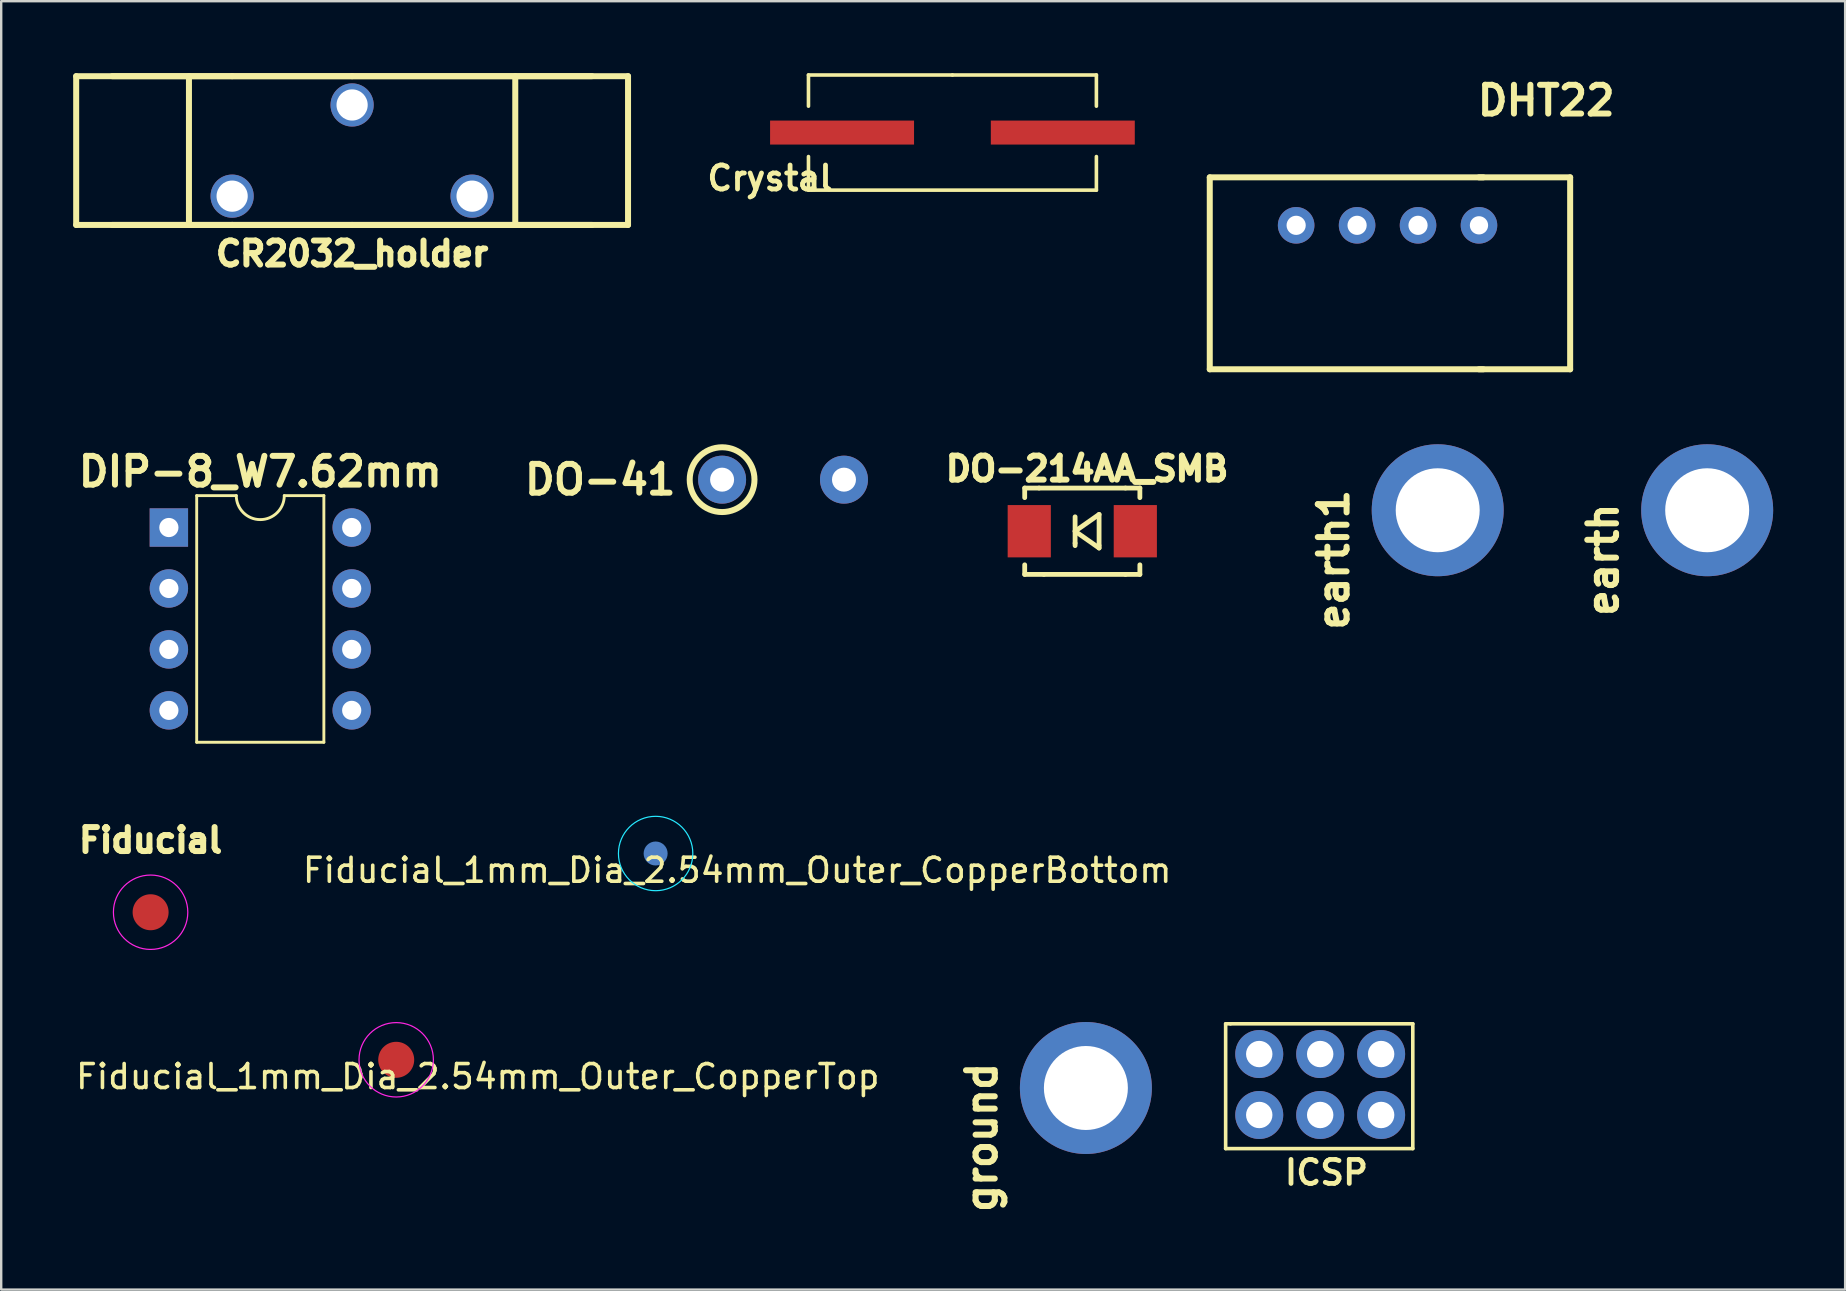
<source format=kicad_pcb>
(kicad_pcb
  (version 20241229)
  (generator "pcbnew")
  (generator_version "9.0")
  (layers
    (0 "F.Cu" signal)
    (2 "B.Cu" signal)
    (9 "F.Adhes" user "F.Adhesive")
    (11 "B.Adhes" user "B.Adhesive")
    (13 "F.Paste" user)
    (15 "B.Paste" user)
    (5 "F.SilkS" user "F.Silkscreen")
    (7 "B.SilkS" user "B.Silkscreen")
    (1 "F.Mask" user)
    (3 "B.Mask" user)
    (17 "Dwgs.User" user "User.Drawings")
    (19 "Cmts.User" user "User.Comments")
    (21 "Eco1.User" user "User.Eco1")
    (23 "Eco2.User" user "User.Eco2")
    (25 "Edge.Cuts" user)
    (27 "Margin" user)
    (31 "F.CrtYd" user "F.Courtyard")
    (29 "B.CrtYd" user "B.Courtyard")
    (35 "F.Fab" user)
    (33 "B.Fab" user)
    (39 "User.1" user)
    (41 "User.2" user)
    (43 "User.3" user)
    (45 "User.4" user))
  (footprint "DIP-8_W7.62mm"
    (layer "F.Cu")
    (at 3.988 18.936)
    (property "Reference" "DIP-8_W7.62mm" (at 3.81 -2.33 0) (layer "F.SilkS") (effects (font (size 1.2 1.2) (thickness 0.25))))
    (attr through_hole)
    (fp_line (start 1.16 -1.33) (end 1.16 8.95) (stroke (width 0.12) (type solid)) (layer "F.SilkS"))
    (fp_line (start 1.16 8.95) (end 6.46 8.95) (stroke (width 0.12) (type solid)) (layer "F.SilkS"))
    (fp_line (start 2.81 -1.33) (end 1.16 -1.33) (stroke (width 0.12) (type solid)) (layer "F.SilkS"))
    (fp_line (start 6.46 -1.33) (end 4.81 -1.33) (stroke (width 0.12) (type solid)) (layer "F.SilkS"))
    (fp_line (start 6.46 8.95) (end 6.46 -1.33) (stroke (width 0.12) (type solid)) (layer "F.SilkS"))
    (fp_arc (start 4.81 -1.33) (mid 3.81 -0.33) (end 2.81 -1.33) (stroke (width 0.12) (type solid)) (layer "F.SilkS"))
    (pad "1" thru_hole rect (at 0 0) (size 1.6 1.6) (drill 0.8) (layers "*.Cu" "*.Mask"))
    (pad "2" thru_hole oval (at 0 2.54) (size 1.6 1.6) (drill 0.8) (layers "*.Cu" "*.Mask"))
    (pad "3" thru_hole oval (at 0 5.08) (size 1.6 1.6) (drill 0.8) (layers "*.Cu" "*.Mask"))
    (pad "4" thru_hole oval (at 0 7.62) (size 1.6 1.6) (drill 0.8) (layers "*.Cu" "*.Mask"))
    (pad "5" thru_hole oval (at 7.62 7.62) (size 1.6 1.6) (drill 0.8) (layers "*.Cu" "*.Mask"))
    (pad "6" thru_hole oval (at 7.62 5.08) (size 1.6 1.6) (drill 0.8) (layers "*.Cu" "*.Mask"))
    (pad "7" thru_hole oval (at 7.62 2.54) (size 1.6 1.6) (drill 0.8) (layers "*.Cu" "*.Mask"))
    (pad "8" thru_hole oval (at 7.62 0) (size 1.6 1.6) (drill 0.8) (layers "*.Cu" "*.Mask")))
  (footprint "earth"
    (layer "F.Cu")
    (at 68.101 18.216)
    (property "Reference" "earth" (at -4.34 2.06 90) (layer "F.SilkS") (effects (font (size 1.2 1.2) (thickness 0.25))))
    (attr through_hole)
    (pad "1" thru_hole circle (at 0 0) (size 5.5 5.5) (drill 3.5) (layers "*.Cu" "*.Mask")))
  (footprint "DO-214AA_SMB"
    (layer "F.Cu")
    (at 42.057 19.09)
    (property "Reference" "DO-214AA_SMB" (at 0.2 -2.6 0) (layer "F.SilkS") (effects (font (size 1 1) (thickness 0.25))))
    (attr through_hole)
    (fp_line (start -2.4 -1.8) (end -2.4 -1.4) (stroke (width 0.2) (type solid)) (layer "F.SilkS"))
    (fp_line (start -2.4 1.8) (end -2.4 1.4) (stroke (width 0.2) (type solid)) (layer "F.SilkS"))
    (fp_line (start -1.8 -1.8) (end -2.4 -1.8) (stroke (width 0.2) (type solid)) (layer "F.SilkS"))
    (fp_line (start -1.8 -1.8) (end 1.8 -1.8) (stroke (width 0.2) (type solid)) (layer "F.SilkS"))
    (fp_line (start -1.6 1.8) (end -2.4 1.8) (stroke (width 0.2) (type solid)) (layer "F.SilkS"))
    (fp_line (start -1.6 1.8) (end 1.8 1.8) (stroke (width 0.2) (type solid)) (layer "F.SilkS"))
    (fp_line (start -0.3 -0.6) (end -0.3 0.5) (stroke (width 0.2) (type solid)) (layer "F.SilkS"))
    (fp_line (start -0.3 0) (end 0.7 -0.7) (stroke (width 0.2) (type solid)) (layer "F.SilkS"))
    (fp_line (start -0.3 0.5) (end -0.3 0.6) (stroke (width 0.2) (type solid)) (layer "F.SilkS"))
    (fp_line (start 0.7 -0.7) (end 0.7 0.6) (stroke (width 0.2) (type solid)) (layer "F.SilkS"))
    (fp_line (start 0.7 0.6) (end 0.7 0.7) (stroke (width 0.2) (type solid)) (layer "F.SilkS"))
    (fp_line (start 0.7 0.7) (end -0.3 0) (stroke (width 0.2) (type solid)) (layer "F.SilkS"))
    (fp_line (start 1.8 -1.8) (end 2.4 -1.8) (stroke (width 0.2) (type solid)) (layer "F.SilkS"))
    (fp_line (start 1.8 1.8) (end 2.4 1.8) (stroke (width 0.2) (type solid)) (layer "F.SilkS"))
    (fp_line (start 2.4 -1.8) (end 2.4 -1.4) (stroke (width 0.2) (type solid)) (layer "F.SilkS"))
    (fp_line (start 2.4 1.8) (end 2.4 1.4) (stroke (width 0.2) (type solid)) (layer "F.SilkS"))
    (pad "1" smd rect (at -2.21 0) (size 1.8 2.18) (layers "F.Cu" "F.Mask" "F.Paste"))
    (pad "2" smd rect (at 2.21 0) (size 1.8 2.18) (layers "F.Cu" "F.Mask" "F.Paste")))
  (footprint "Fiducial_1mm_Dia_2.54mm_Outer_CopperBottom"
    (layer "F.Cu")
    (at 24.275 32.522)
    (property "Reference" "Fiducial_1mm_Dia_2.54mm_Outer_CopperBottom" (at 3.4 0.7 0) (layer "F.SilkS") (effects (font (size 1 1) (thickness 0.15))))
    (attr exclude_from_pos_files exclude_from_bom)
    (fp_circle (center 0 0) (end 1.55 0) (stroke (width 0.05) (type solid)) (fill no) (layer "B.CrtYd"))
    (pad "~" smd circle (at 0 0) (size 1 1) (layers "B.Cu" "B.Mask")))
  (footprint "ground"
    (layer "F.Cu")
    (at 42.207 42.295)
    (property "Reference" "ground" (at -4.34 2.06 90) (layer "F.SilkS") (effects (font (size 1.2 1.2) (thickness 0.25))))
    (attr through_hole)
    (pad "1" thru_hole circle (at 0 0) (size 5.5 5.5) (drill 3.5) (layers "*.Cu" "*.Mask")))
  (footprint "Crystal"
    (layer "F.Cu")
    (at 36.945 2.475)
    (property "Reference" "Crystal" (at -7.9 1.9 0) (layer "F.SilkS") (effects (font (size 1 1) (thickness 0.2))))
    (attr smd)
    (fp_line (start -6.3 -2.4) (end -6.3 -1.1) (stroke (width 0.15) (type solid)) (layer "F.SilkS"))
    (fp_line (start -6.3 2.4) (end -6.3 1) (stroke (width 0.15) (type solid)) (layer "F.SilkS"))
    (fp_line (start -6.3 2.4) (end 5.7 2.4) (stroke (width 0.15) (type solid)) (layer "F.SilkS"))
    (fp_line (start -0.3 -2.4) (end -6.3 -2.4) (stroke (width 0.15) (type solid)) (layer "F.SilkS"))
    (fp_line (start -0.3 -2.4) (end 5.7 -2.4) (stroke (width 0.15) (type solid)) (layer "F.SilkS"))
    (fp_line (start 5.7 -2.4) (end 5.7 -1.1) (stroke (width 0.15) (type solid)) (layer "F.SilkS"))
    (fp_line (start 5.7 2.4) (end 5.7 1) (stroke (width 0.15) (type solid)) (layer "F.SilkS"))
    (pad "1" smd rect (at -4.9 0) (size 6 1) (layers "F.Cu" "F.Mask" "F.Paste"))
    (pad "2" smd rect (at 4.3 0) (size 6 1) (layers "F.Cu" "F.Mask" "F.Paste")))
  (footprint "ICSP"
    (layer "F.Cu")
    (at 49.432 43.42)
    (property "Reference" "ICSP" (at 2.8 2.4 0) (layer "F.SilkS") (effects (font (size 1 1) (thickness 0.2))))
    (attr through_hole)
    (fp_line (start -1.4 -3.8) (end -1.4 1.4) (stroke (width 0.15) (type solid)) (layer "F.SilkS"))
    (fp_line (start -1.4 1.4) (end 6.4 1.4) (stroke (width 0.15) (type solid)) (layer "F.SilkS"))
    (fp_line (start -1.2 -3.8) (end -1.4 -3.8) (stroke (width 0.15) (type solid)) (layer "F.SilkS"))
    (fp_line (start 6.4 -3.8) (end -1.2 -3.8) (stroke (width 0.15) (type solid)) (layer "F.SilkS"))
    (fp_line (start 6.4 1.4) (end 6.4 -3.8) (stroke (width 0.15) (type solid)) (layer "F.SilkS"))
    (pad "1" thru_hole circle (at 0 0) (size 2 2) (drill 1.1) (layers "*.Cu" "*.Mask"))
    (pad "2" thru_hole circle (at 0 -2.54) (size 2 2) (drill 1.1) (layers "*.Cu" "*.Mask"))
    (pad "3" thru_hole circle (at 2.54 0) (size 2 2) (drill 1.1) (layers "*.Cu" "*.Mask"))
    (pad "4" thru_hole circle (at 2.54 -2.54) (size 2 2) (drill 1.1) (layers "*.Cu" "*.Mask"))
    (pad "5" thru_hole circle (at 5.08 0) (size 2 2) (drill 1.1) (layers "*.Cu" "*.Mask"))
    (pad "6" thru_hole circle (at 5.08 -2.54) (size 2 2) (drill 1.1) (layers "*.Cu" "*.Mask")))
  (footprint "CR2032_holder"
    (layer "F.Cu")
    (at 11.625 3.225)
    (property "Reference" "CR2032_holder" (at 0 4.3 0) (layer "F.SilkS") (effects (font (size 1 1) (thickness 0.25))))
    (attr through_hole)
    (fp_line (start -11.5 -3.1) (end -11.5 3.1) (stroke (width 0.25) (type solid)) (layer "F.SilkS"))
    (fp_line (start -11.5 3.1) (end -5 3.1) (stroke (width 0.25) (type solid)) (layer "F.SilkS"))
    (fp_line (start -6.8 -3.1) (end -6.8 3.1) (stroke (width 0.25) (type solid)) (layer "F.SilkS"))
    (fp_line (start -5 -3.1) (end -11.5 -3.1) (stroke (width 0.25) (type solid)) (layer "F.SilkS"))
    (fp_line (start -5 3.1) (end -10 3.1) (stroke (width 0.25) (type solid)) (layer "F.SilkS"))
    (fp_line (start 0 -3.1) (end -10 -3.1) (stroke (width 0.25) (type solid)) (layer "F.SilkS"))
    (fp_line (start 0 -3.1) (end 10 -3.1) (stroke (width 0.25) (type solid)) (layer "F.SilkS"))
    (fp_line (start 0 3.1) (end -5 3.1) (stroke (width 0.25) (type solid)) (layer "F.SilkS"))
    (fp_line (start 0 3.1) (end 10 3.1) (stroke (width 0.25) (type solid)) (layer "F.SilkS"))
    (fp_line (start 6.8 3.1) (end 6.8 -3.1) (stroke (width 0.25) (type solid)) (layer "F.SilkS"))
    (fp_line (start 11.5 -3.1) (end -5 -3.1) (stroke (width 0.25) (type solid)) (layer "F.SilkS"))
    (fp_line (start 11.5 -3.1) (end 11.5 3.1) (stroke (width 0.25) (type solid)) (layer "F.SilkS"))
    (fp_line (start 11.5 3.1) (end -5 3.1) (stroke (width 0.25) (type solid)) (layer "F.SilkS"))
    (pad "1" thru_hole circle (at -5 1.9) (size 1.8 1.8) (drill 1.3) (layers "*.Cu" "*.Mask"))
    (pad "1" thru_hole circle (at 5 1.9) (size 1.8 1.8) (drill 1.3) (layers "*.Cu" "*.Mask"))
    (pad "2" thru_hole circle (at 0 -1.9) (size 1.8 1.8) (drill 1.3) (layers "*.Cu" "*.Mask")))
  (footprint "earth1"
    (layer "F.Cu")
    (at 56.87 18.216)
    (property "Reference" "earth1" (at -4.34 2.06 90) (layer "F.SilkS") (effects (font (size 1.2 1.2) (thickness 0.25))))
    (attr through_hole)
    (pad "1" thru_hole circle (at 0 0) (size 5.5 5.5) (drill 3.5) (layers "*.Cu" "*.Mask")))
  (footprint "DHT22"
    (layer "F.Cu")
    (at 50.97 6.341)
    (property "Reference" "DHT22" (at 10.42 -5.2 180) (layer "F.SilkS") (effects (font (size 1.2 1.2) (thickness 0.25))))
    (attr through_hole)
    (fp_line (start -3.6 -2) (end -3.6 6) (stroke (width 0.25) (type solid)) (layer "F.SilkS"))
    (fp_line (start -3.6 -2) (end 7.8 -2) (stroke (width 0.25) (type solid)) (layer "F.SilkS"))
    (fp_line (start -3.6 6) (end 7.8 6) (stroke (width 0.25) (type solid)) (layer "F.SilkS"))
    (fp_line (start 11.42 -2) (end 7.62 -2) (stroke (width 0.25) (type solid)) (layer "F.SilkS"))
    (fp_line (start 11.42 -2) (end 11.42 6) (stroke (width 0.25) (type solid)) (layer "F.SilkS"))
    (fp_line (start 11.42 6) (end 7.62 6) (stroke (width 0.25) (type solid)) (layer "F.SilkS"))
    (pad "1" thru_hole circle (at 0 0) (size 1.524 1.524) (drill 0.8) (layers "*.Cu" "*.Mask"))
    (pad "2" thru_hole circle (at 2.54 0) (size 1.524 1.524) (drill 0.8) (layers "*.Cu" "*.Mask"))
    (pad "3" thru_hole circle (at 5.08 0) (size 1.524 1.524) (drill 0.8) (layers "*.Cu" "*.Mask"))
    (pad "4" thru_hole circle (at 7.62 0) (size 1.524 1.524) (drill 0.762) (layers "*.Cu" "*.Mask")))
  (footprint "Fiducial"
    (layer "F.Cu")
    (at 3.227 34.97)
    (property "Reference" "Fiducial" (at 0 -3 0) (layer "F.SilkS") (effects (font (size 1 1) (thickness 0.25))))
    (attr smd)
    (fp_circle (center 0 0) (end 1.55 0) (stroke (width 0.05) (type solid)) (fill no) (layer "F.CrtYd"))
    (pad "~" smd circle (at 0 0) (size 1.5 1.5) (layers "F.Cu" "F.Mask")))
  (footprint "DO-41"
    (layer "F.Cu")
    (at 27.045 16.941)
    (property "Reference" "DO-41" (at -5.08 0 0) (layer "F.SilkS") (effects (font (size 1.2 1.2) (thickness 0.25))))
    (attr through_hole)
    (fp_circle (center 0 0) (end 0 -1.35) (stroke (width 0.25) (type solid)) (fill no) (layer "F.SilkS"))
    (pad "1" thru_hole circle (at 0 0) (size 2 2) (drill 1) (layers "*.Cu" "*.Mask"))
    (pad "2" thru_hole circle (at 5.08 0) (size 2 2) (drill 1) (layers "*.Cu" "*.Mask")))
  (footprint "Fiducial_1mm_Dia_2.54mm_Outer_CopperTop"
    (layer "F.Cu")
    (at 13.463 41.12)
    (property "Reference" "Fiducial_1mm_Dia_2.54mm_Outer_CopperTop" (at 3.4 0.7 0) (layer "F.SilkS") (effects (font (size 1 1) (thickness 0.15))))
    (attr exclude_from_pos_files exclude_from_bom)
    (fp_circle (center 0 0) (end 1.55 0) (stroke (width 0.05) (type solid)) (fill no) (layer "F.CrtYd"))
    (pad "~" smd circle (at 0 0) (size 1.5 1.5) (layers "F.Cu" "F.Mask")))
  (gr_rect
    (start -3 -3)
    (end 73.851 50.696)
    (stroke (width 0.1) (type default))
    (fill no)
    (layer "Edge.Cuts")))
</source>
